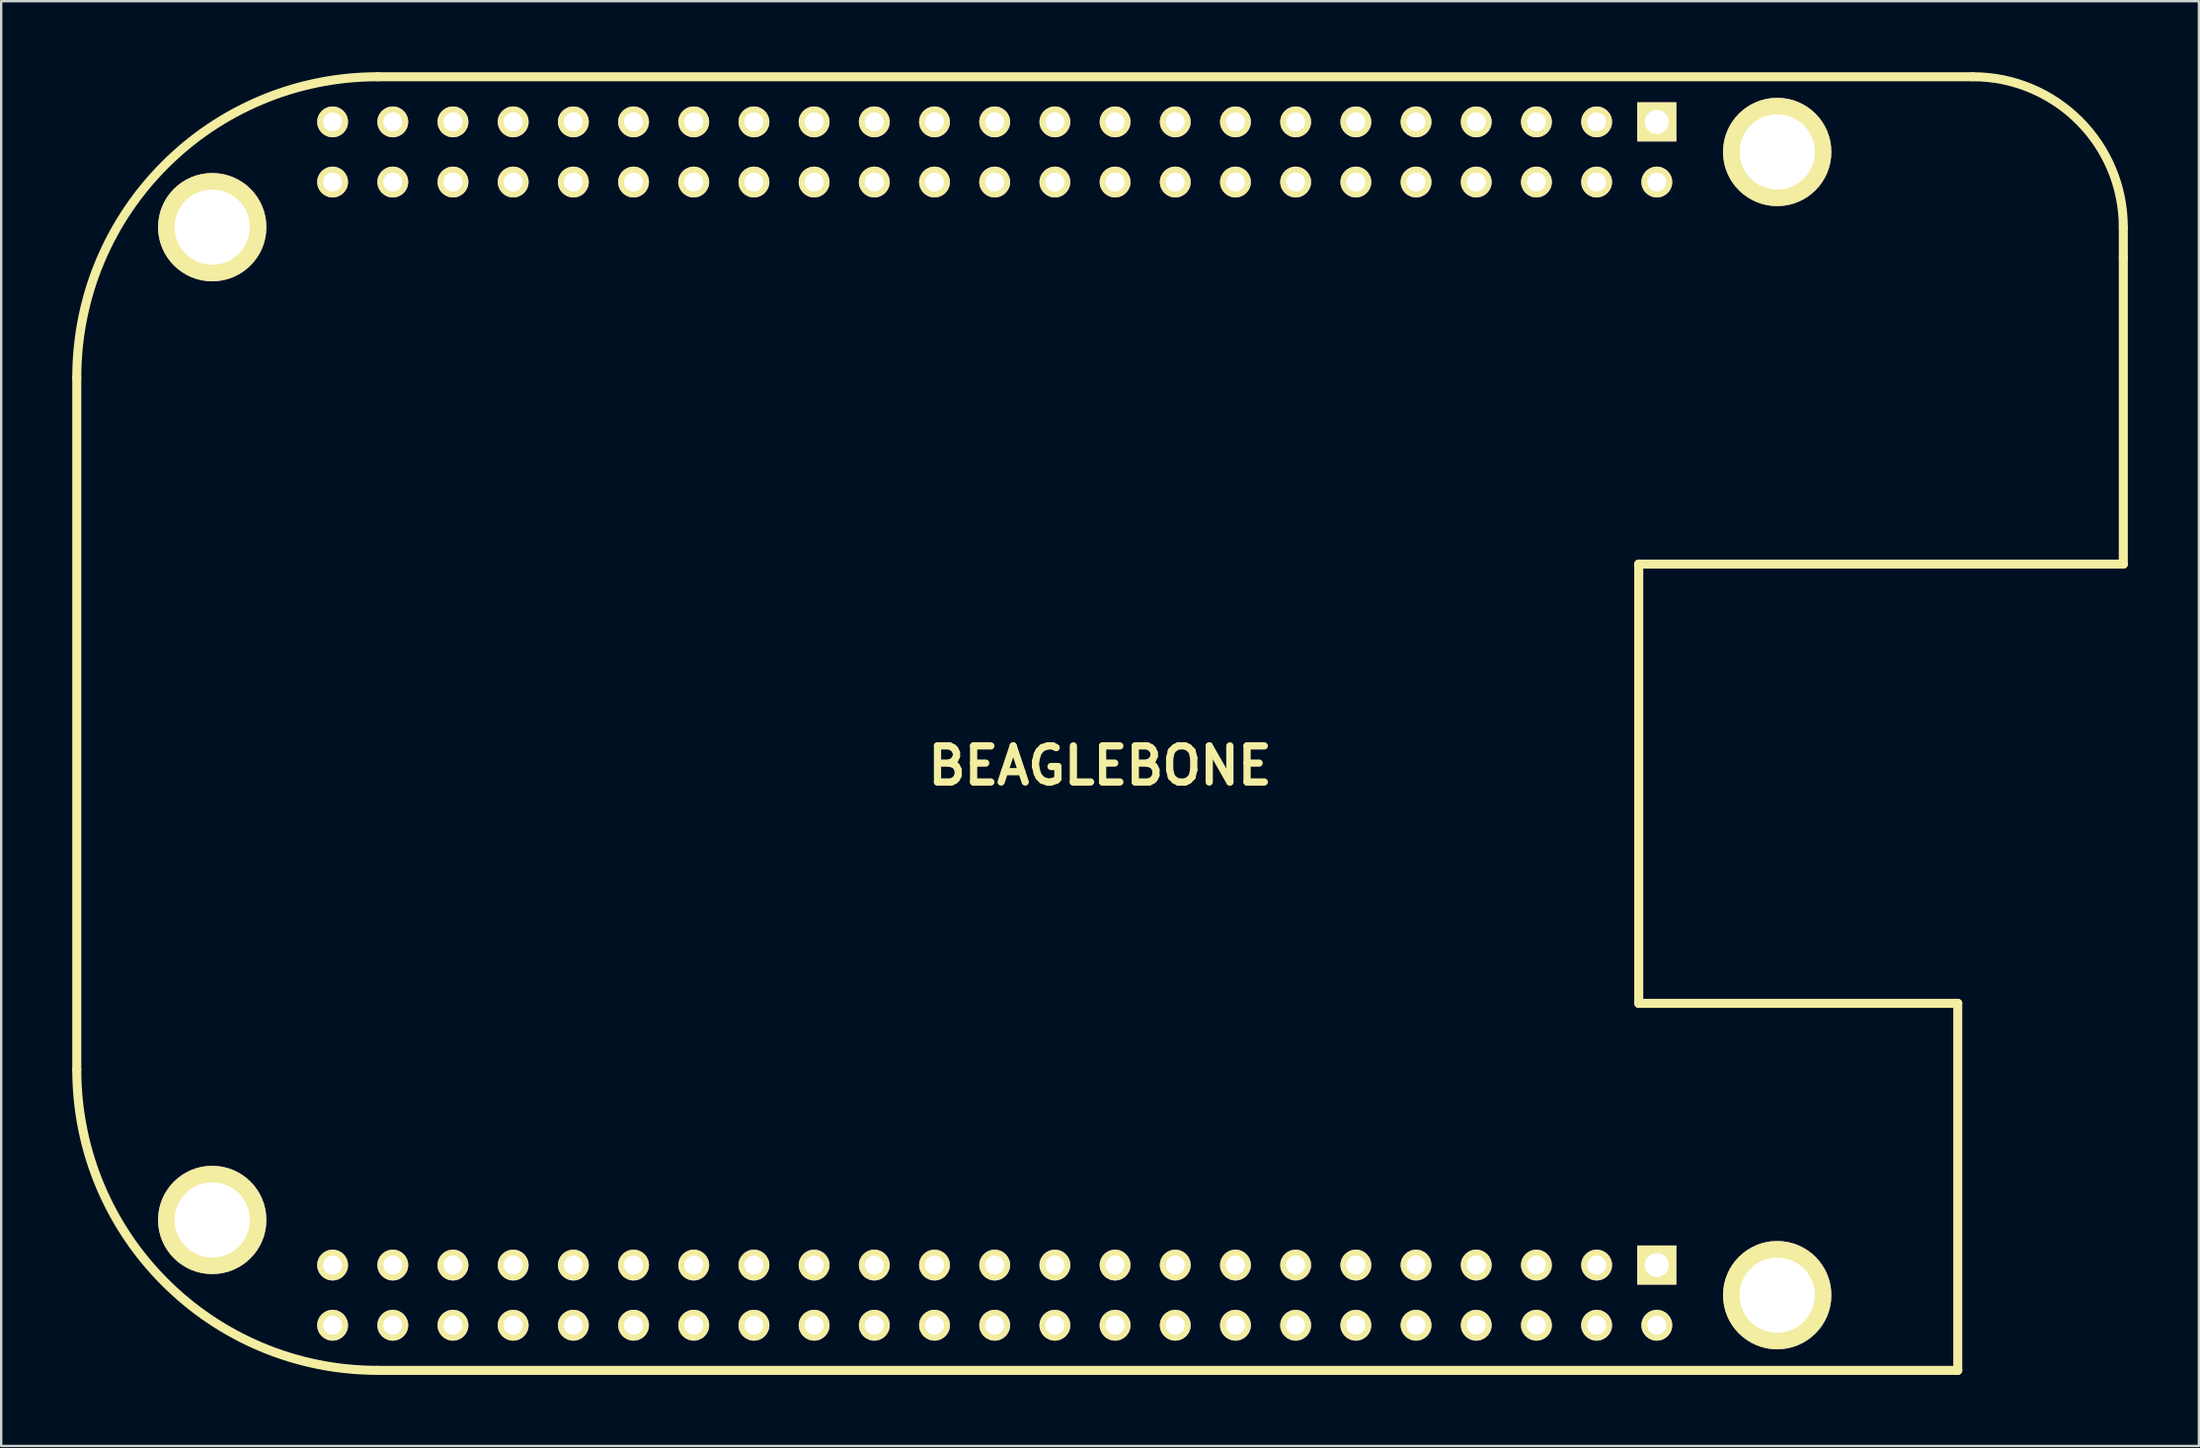
<source format=kicad_pcb>
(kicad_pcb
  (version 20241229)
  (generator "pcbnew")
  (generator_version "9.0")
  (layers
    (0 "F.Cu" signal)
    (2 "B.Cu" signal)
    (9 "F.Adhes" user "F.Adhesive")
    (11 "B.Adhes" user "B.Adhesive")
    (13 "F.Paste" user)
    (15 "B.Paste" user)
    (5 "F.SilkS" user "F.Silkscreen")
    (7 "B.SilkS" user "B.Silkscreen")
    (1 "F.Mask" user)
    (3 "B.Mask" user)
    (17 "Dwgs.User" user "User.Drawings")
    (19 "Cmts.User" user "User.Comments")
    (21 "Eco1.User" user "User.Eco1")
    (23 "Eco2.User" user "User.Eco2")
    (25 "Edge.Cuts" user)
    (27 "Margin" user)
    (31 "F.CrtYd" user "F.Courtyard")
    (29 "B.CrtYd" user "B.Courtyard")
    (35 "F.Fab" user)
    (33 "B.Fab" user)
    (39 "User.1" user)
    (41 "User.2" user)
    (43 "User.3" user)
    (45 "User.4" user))
  (footprint "BEAGLEBONE"
    (layer "F.Cu")
    (at 43.37 27.495)
    (property "Reference" "BEAGLEBONE" (at 0 1.778 0) (layer "F.SilkS") (effects (font (size 1.524 1.524) (thickness 0.305))))
    (attr through_hole)
    (fp_line (start -43.18 -14.605) (end -43.18 14.605) (stroke (width 0.381) (type solid)) (layer "F.SilkS"))
    (fp_line (start -30.48 -27.305) (end 36.83 -27.305) (stroke (width 0.381) (type solid)) (layer "F.SilkS"))
    (fp_line (start -30.48 27.305) (end 36.195 27.305) (stroke (width 0.381) (type solid)) (layer "F.SilkS"))
    (fp_line (start 22.733 -6.731) (end 22.733 11.811) (stroke (width 0.381) (type solid)) (layer "F.SilkS"))
    (fp_line (start 36.195 11.811) (end 22.733 11.811) (stroke (width 0.381) (type solid)) (layer "F.SilkS"))
    (fp_line (start 36.195 27.305) (end 36.195 11.811) (stroke (width 0.381) (type solid)) (layer "F.SilkS"))
    (fp_line (start 43.18 -20.955) (end 43.18 -19.685) (stroke (width 0.381) (type solid)) (layer "F.SilkS"))
    (fp_line (start 43.18 -6.731) (end 22.733 -6.731) (stroke (width 0.381) (type solid)) (layer "F.SilkS"))
    (fp_line (start 43.18 -6.731) (end 43.18 -19.685) (stroke (width 0.381) (type solid)) (layer "F.SilkS"))
    (fp_arc (start -43.18 -14.605) (mid -39.460256 -23.585256) (end -30.48 -27.305) (stroke (width 0.381) (type solid)) (layer "F.SilkS"))
    (fp_arc (start -30.48 27.305) (mid -39.460256 23.585256) (end -43.18 14.605) (stroke (width 0.381) (type solid)) (layer "F.SilkS"))
    (fp_arc (start 36.83 -27.305) (mid 41.320128 -25.445128) (end 43.18 -20.955) (stroke (width 0.381) (type solid)) (layer "F.SilkS"))
    (pad "" smd circle (at 26.035 -10.795) (size 1.3 1.3) (layers "F.Mask" "F.Paste"))
    (pad "" smd circle (at 26.035 -8.255) (size 1.3 1.3) (layers "F.Mask" "F.Paste"))
    (pad "" smd circle (at 28.575 -10.795) (size 1.3 1.3) (layers "F.Mask" "F.Paste"))
    (pad "" smd circle (at 28.575 -8.255) (size 1.3 1.3) (layers "F.Mask" "F.Paste"))
    (pad "" smd circle (at 31.115 -10.795) (size 1.3 1.3) (layers "F.Mask" "F.Paste"))
    (pad "" smd circle (at 31.115 -8.255) (size 1.3 1.3) (layers "F.Mask" "F.Paste"))
    (pad "" smd circle (at 33.655 -10.795) (size 1.3 1.3) (layers "F.Mask" "F.Paste"))
    (pad "" smd circle (at 33.655 -8.255) (size 1.3 1.3) (layers "F.Mask" "F.Paste"))
    (pad "" smd rect (at 36.195 -10.795) (size 1.651 1.651) (layers "F.Mask" "F.Paste"))
    (pad "" smd circle (at 36.195 -8.255) (size 1.3 1.3) (layers "F.Mask" "F.Paste"))
    (pad "B1" thru_hole rect (at 23.495 22.86) (size 1.651 1.651) (drill 1.016) (layers "*.Cu" "*.Mask" "F.SilkS"))
    (pad "B2" thru_hole circle (at 23.495 25.4) (size 1.3 1.3) (drill 0.8) (layers "*.Cu" "*.Mask" "F.SilkS"))
    (pad "B3" thru_hole circle (at 20.955 22.86) (size 1.3 1.3) (drill 0.8) (layers "*.Cu" "*.Mask" "F.SilkS"))
    (pad "B4" thru_hole circle (at 20.955 25.4) (size 1.3 1.3) (drill 0.8) (layers "*.Cu" "*.Mask" "F.SilkS"))
    (pad "B5" thru_hole circle (at 18.415 22.86) (size 1.3 1.3) (drill 0.8) (layers "*.Cu" "*.Mask" "F.SilkS"))
    (pad "B6" thru_hole circle (at 18.415 25.4) (size 1.3 1.3) (drill 0.8) (layers "*.Cu" "*.Mask" "F.SilkS"))
    (pad "B7" thru_hole circle (at 15.875 22.86) (size 1.3 1.3) (drill 0.8) (layers "*.Cu" "*.Mask" "F.SilkS"))
    (pad "B8" thru_hole circle (at 15.875 25.4) (size 1.3 1.3) (drill 0.8) (layers "*.Cu" "*.Mask" "F.SilkS"))
    (pad "B9" thru_hole circle (at 13.335 22.86) (size 1.3 1.3) (drill 0.8) (layers "*.Cu" "*.Mask" "F.SilkS"))
    (pad "B10" thru_hole circle (at 13.335 25.4) (size 1.3 1.3) (drill 0.8) (layers "*.Cu" "*.Mask" "F.SilkS"))
    (pad "B11" thru_hole circle (at 10.795 22.86) (size 1.3 1.3) (drill 0.8) (layers "*.Cu" "*.Mask" "F.SilkS"))
    (pad "B12" thru_hole circle (at 10.795 25.4) (size 1.3 1.3) (drill 0.8) (layers "*.Cu" "*.Mask" "F.SilkS"))
    (pad "B13" thru_hole circle (at 8.255 22.86) (size 1.3 1.3) (drill 0.8) (layers "*.Cu" "*.Mask" "F.SilkS"))
    (pad "B14" thru_hole circle (at 8.255 25.4) (size 1.3 1.3) (drill 0.8) (layers "*.Cu" "*.Mask" "F.SilkS"))
    (pad "B15" thru_hole circle (at 5.715 22.86) (size 1.3 1.3) (drill 0.8) (layers "*.Cu" "*.Mask" "F.SilkS"))
    (pad "B16" thru_hole circle (at 5.715 25.4) (size 1.3 1.3) (drill 0.8) (layers "*.Cu" "*.Mask" "F.SilkS"))
    (pad "B17" thru_hole circle (at 3.175 22.86) (size 1.3 1.3) (drill 0.8) (layers "*.Cu" "*.Mask" "F.SilkS"))
    (pad "B18" thru_hole circle (at 3.175 25.4) (size 1.3 1.3) (drill 0.8) (layers "*.Cu" "*.Mask" "F.SilkS"))
    (pad "B19" thru_hole circle (at 0.635 22.86) (size 1.3 1.3) (drill 0.8) (layers "*.Cu" "*.Mask" "F.SilkS"))
    (pad "B20" thru_hole circle (at 0.635 25.4) (size 1.3 1.3) (drill 0.8) (layers "*.Cu" "*.Mask" "F.SilkS"))
    (pad "B21" thru_hole circle (at -1.905 22.86) (size 1.3 1.3) (drill 0.8) (layers "*.Cu" "*.Mask" "F.SilkS"))
    (pad "B22" thru_hole circle (at -1.905 25.4) (size 1.3 1.3) (drill 0.8) (layers "*.Cu" "*.Mask" "F.SilkS"))
    (pad "B23" thru_hole circle (at -4.445 22.86) (size 1.3 1.3) (drill 0.8) (layers "*.Cu" "*.Mask" "F.SilkS"))
    (pad "B24" thru_hole circle (at -4.445 25.4) (size 1.3 1.3) (drill 0.8) (layers "*.Cu" "*.Mask" "F.SilkS"))
    (pad "B25" thru_hole circle (at -6.985 22.86) (size 1.3 1.3) (drill 0.8) (layers "*.Cu" "*.Mask" "F.SilkS"))
    (pad "B26" thru_hole circle (at -6.985 25.4) (size 1.3 1.3) (drill 0.8) (layers "*.Cu" "*.Mask" "F.SilkS"))
    (pad "B27" thru_hole circle (at -9.525 22.86) (size 1.3 1.3) (drill 0.8) (layers "*.Cu" "*.Mask" "F.SilkS"))
    (pad "B28" thru_hole circle (at -9.525 25.4) (size 1.3 1.3) (drill 0.8) (layers "*.Cu" "*.Mask" "F.SilkS"))
    (pad "B29" thru_hole circle (at -12.065 22.86) (size 1.3 1.3) (drill 0.8) (layers "*.Cu" "*.Mask" "F.SilkS"))
    (pad "B30" thru_hole circle (at -12.065 25.4) (size 1.3 1.3) (drill 0.8) (layers "*.Cu" "*.Mask" "F.SilkS"))
    (pad "B31" thru_hole circle (at -14.605 22.86) (size 1.3 1.3) (drill 0.8) (layers "*.Cu" "*.Mask" "F.SilkS"))
    (pad "B32" thru_hole circle (at -14.605 25.4) (size 1.3 1.3) (drill 0.8) (layers "*.Cu" "*.Mask" "F.SilkS"))
    (pad "B33" thru_hole circle (at -17.145 22.86) (size 1.3 1.3) (drill 0.8) (layers "*.Cu" "*.Mask" "F.SilkS"))
    (pad "B34" thru_hole circle (at -17.145 25.4) (size 1.3 1.3) (drill 0.8) (layers "*.Cu" "*.Mask" "F.SilkS"))
    (pad "B35" thru_hole circle (at -19.685 22.86) (size 1.3 1.3) (drill 0.8) (layers "*.Cu" "*.Mask" "F.SilkS"))
    (pad "B36" thru_hole circle (at -19.685 25.4) (size 1.3 1.3) (drill 0.8) (layers "*.Cu" "*.Mask" "F.SilkS"))
    (pad "B37" thru_hole circle (at -22.225 22.86) (size 1.3 1.3) (drill 0.8) (layers "*.Cu" "*.Mask" "F.SilkS"))
    (pad "B38" thru_hole circle (at -22.225 25.4) (size 1.3 1.3) (drill 0.8) (layers "*.Cu" "*.Mask" "F.SilkS"))
    (pad "B39" thru_hole circle (at -24.765 22.86) (size 1.3 1.3) (drill 0.8) (layers "*.Cu" "*.Mask" "F.SilkS"))
    (pad "B40" thru_hole circle (at -24.765 25.4) (size 1.3 1.3) (drill 0.8) (layers "*.Cu" "*.Mask" "F.SilkS"))
    (pad "B41" thru_hole circle (at -27.305 22.86) (size 1.3 1.3) (drill 0.8) (layers "*.Cu" "*.Mask" "F.SilkS"))
    (pad "B42" thru_hole circle (at -27.305 25.4) (size 1.3 1.3) (drill 0.8) (layers "*.Cu" "*.Mask" "F.SilkS"))
    (pad "B43" thru_hole circle (at -29.845 22.86) (size 1.3 1.3) (drill 0.8) (layers "*.Cu" "*.Mask" "F.SilkS"))
    (pad "B44" thru_hole circle (at -29.845 25.4) (size 1.3 1.3) (drill 0.8) (layers "*.Cu" "*.Mask" "F.SilkS"))
    (pad "B45" thru_hole circle (at -32.385 22.86) (size 1.3 1.3) (drill 0.8) (layers "*.Cu" "*.Mask" "F.SilkS"))
    (pad "B46" thru_hole circle (at -32.385 25.4) (size 1.3 1.3) (drill 0.8) (layers "*.Cu" "*.Mask" "F.SilkS"))
    (pad "C1" thru_hole rect (at 23.495 -25.4) (size 1.651 1.651) (drill 1.016) (layers "*.Cu" "*.Mask" "F.SilkS"))
    (pad "C2" thru_hole circle (at 23.495 -22.86) (size 1.3 1.3) (drill 0.8) (layers "*.Cu" "*.Mask" "F.SilkS"))
    (pad "C3" thru_hole circle (at 20.955 -25.4) (size 1.3 1.3) (drill 0.8) (layers "*.Cu" "*.Mask" "F.SilkS"))
    (pad "C4" thru_hole circle (at 20.955 -22.86) (size 1.3 1.3) (drill 0.8) (layers "*.Cu" "*.Mask" "F.SilkS"))
    (pad "C5" thru_hole circle (at 18.415 -25.4) (size 1.3 1.3) (drill 0.8) (layers "*.Cu" "*.Mask" "F.SilkS"))
    (pad "C6" thru_hole circle (at 18.415 -22.86) (size 1.3 1.3) (drill 0.8) (layers "*.Cu" "*.Mask" "F.SilkS"))
    (pad "C7" thru_hole circle (at 15.875 -25.4) (size 1.3 1.3) (drill 0.8) (layers "*.Cu" "*.Mask" "F.SilkS"))
    (pad "C8" thru_hole circle (at 15.875 -22.86) (size 1.3 1.3) (drill 0.8) (layers "*.Cu" "*.Mask" "F.SilkS"))
    (pad "C9" thru_hole circle (at 13.335 -25.4) (size 1.3 1.3) (drill 0.8) (layers "*.Cu" "*.Mask" "F.SilkS"))
    (pad "C10" thru_hole circle (at 13.335 -22.86) (size 1.3 1.3) (drill 0.8) (layers "*.Cu" "*.Mask" "F.SilkS"))
    (pad "C11" thru_hole circle (at 10.795 -25.4) (size 1.3 1.3) (drill 0.8) (layers "*.Cu" "*.Mask" "F.SilkS"))
    (pad "C12" thru_hole circle (at 10.795 -22.86) (size 1.3 1.3) (drill 0.8) (layers "*.Cu" "*.Mask" "F.SilkS"))
    (pad "C13" thru_hole circle (at 8.255 -25.4) (size 1.3 1.3) (drill 0.8) (layers "*.Cu" "*.Mask" "F.SilkS"))
    (pad "C14" thru_hole circle (at 8.255 -22.86) (size 1.3 1.3) (drill 0.8) (layers "*.Cu" "*.Mask" "F.SilkS"))
    (pad "C15" thru_hole circle (at 5.715 -25.4) (size 1.3 1.3) (drill 0.8) (layers "*.Cu" "*.Mask" "F.SilkS"))
    (pad "C16" thru_hole circle (at 5.715 -22.86) (size 1.3 1.3) (drill 0.8) (layers "*.Cu" "*.Mask" "F.SilkS"))
    (pad "C17" thru_hole circle (at 3.175 -25.4) (size 1.3 1.3) (drill 0.8) (layers "*.Cu" "*.Mask" "F.SilkS"))
    (pad "C18" thru_hole circle (at 3.175 -22.86) (size 1.3 1.3) (drill 0.8) (layers "*.Cu" "*.Mask" "F.SilkS"))
    (pad "C19" thru_hole circle (at 0.635 -25.4) (size 1.3 1.3) (drill 0.8) (layers "*.Cu" "*.Mask" "F.SilkS"))
    (pad "C20" thru_hole circle (at 0.635 -22.86) (size 1.3 1.3) (drill 0.8) (layers "*.Cu" "*.Mask" "F.SilkS"))
    (pad "C21" thru_hole circle (at -1.905 -25.4) (size 1.3 1.3) (drill 0.8) (layers "*.Cu" "*.Mask" "F.SilkS"))
    (pad "C22" thru_hole circle (at -1.905 -22.86) (size 1.3 1.3) (drill 0.8) (layers "*.Cu" "*.Mask" "F.SilkS"))
    (pad "C23" thru_hole circle (at -4.445 -25.4) (size 1.3 1.3) (drill 0.8) (layers "*.Cu" "*.Mask" "F.SilkS"))
    (pad "C24" thru_hole circle (at -4.445 -22.86) (size 1.3 1.3) (drill 0.8) (layers "*.Cu" "*.Mask" "F.SilkS"))
    (pad "C25" thru_hole circle (at -6.985 -25.4) (size 1.3 1.3) (drill 0.8) (layers "*.Cu" "*.Mask" "F.SilkS"))
    (pad "C26" thru_hole circle (at -6.985 -22.86) (size 1.3 1.3) (drill 0.8) (layers "*.Cu" "*.Mask" "F.SilkS"))
    (pad "C27" thru_hole circle (at -9.525 -25.4) (size 1.3 1.3) (drill 0.8) (layers "*.Cu" "*.Mask" "F.SilkS"))
    (pad "C28" thru_hole circle (at -9.525 -22.86) (size 1.3 1.3) (drill 0.8) (layers "*.Cu" "*.Mask" "F.SilkS"))
    (pad "C29" thru_hole circle (at -12.065 -25.4) (size 1.3 1.3) (drill 0.8) (layers "*.Cu" "*.Mask" "F.SilkS"))
    (pad "C30" thru_hole circle (at -12.065 -22.86) (size 1.3 1.3) (drill 0.8) (layers "*.Cu" "*.Mask" "F.SilkS"))
    (pad "C31" thru_hole circle (at -14.605 -25.4) (size 1.3 1.3) (drill 0.8) (layers "*.Cu" "*.Mask" "F.SilkS"))
    (pad "C32" thru_hole circle (at -14.605 -22.86) (size 1.3 1.3) (drill 0.8) (layers "*.Cu" "*.Mask" "F.SilkS"))
    (pad "C33" thru_hole circle (at -17.145 -25.4) (size 1.3 1.3) (drill 0.8) (layers "*.Cu" "*.Mask" "F.SilkS"))
    (pad "C34" thru_hole circle (at -17.145 -22.86) (size 1.3 1.3) (drill 0.8) (layers "*.Cu" "*.Mask" "F.SilkS"))
    (pad "C35" thru_hole circle (at -19.685 -25.4) (size 1.3 1.3) (drill 0.8) (layers "*.Cu" "*.Mask" "F.SilkS"))
    (pad "C36" thru_hole circle (at -19.685 -22.86) (size 1.3 1.3) (drill 0.8) (layers "*.Cu" "*.Mask" "F.SilkS"))
    (pad "C37" thru_hole circle (at -22.225 -25.4) (size 1.3 1.3) (drill 0.8) (layers "*.Cu" "*.Mask" "F.SilkS"))
    (pad "C38" thru_hole circle (at -22.225 -22.86) (size 1.3 1.3) (drill 0.8) (layers "*.Cu" "*.Mask" "F.SilkS"))
    (pad "C39" thru_hole circle (at -24.765 -25.4) (size 1.3 1.3) (drill 0.8) (layers "*.Cu" "*.Mask" "F.SilkS"))
    (pad "C40" thru_hole circle (at -24.765 -22.86) (size 1.3 1.3) (drill 0.8) (layers "*.Cu" "*.Mask" "F.SilkS"))
    (pad "C41" thru_hole circle (at -27.305 -25.4) (size 1.3 1.3) (drill 0.8) (layers "*.Cu" "*.Mask" "F.SilkS"))
    (pad "C42" thru_hole circle (at -27.305 -22.86) (size 1.3 1.3) (drill 0.8) (layers "*.Cu" "*.Mask" "F.SilkS"))
    (pad "C43" thru_hole circle (at -29.845 -25.4) (size 1.3 1.3) (drill 0.8) (layers "*.Cu" "*.Mask" "F.SilkS"))
    (pad "C44" thru_hole circle (at -29.845 -22.86) (size 1.3 1.3) (drill 0.8) (layers "*.Cu" "*.Mask" "F.SilkS"))
    (pad "C45" thru_hole circle (at -32.385 -25.4) (size 1.3 1.3) (drill 0.8) (layers "*.Cu" "*.Mask" "F.SilkS"))
    (pad "C46" thru_hole circle (at -32.385 -22.86) (size 1.3 1.3) (drill 0.8) (layers "*.Cu" "*.Mask" "F.SilkS"))
    (pad "M1" thru_hole circle (at -37.465 -20.955) (size 4.572 4.572) (drill 3.175) (layers "*.Cu" "*.Mask" "F.SilkS"))
    (pad "M2" thru_hole circle (at 28.575 -24.13) (size 4.572 4.572) (drill 3.175) (layers "*.Cu" "*.Mask" "F.SilkS"))
    (pad "M3" thru_hole circle (at 28.575 24.13) (size 4.572 4.572) (drill 3.175) (layers "*.Cu" "*.Mask" "F.SilkS"))
    (pad "M4" thru_hole circle (at -37.465 20.955) (size 4.572 4.572) (drill 3.175) (layers "*.Cu" "*.Mask" "F.SilkS")))
  (gr_rect
    (start -3 -3)
    (end 89.741 57.991)
    (stroke (width 0.1) (type default))
    (fill no)
    (layer "Edge.Cuts")))
</source>
